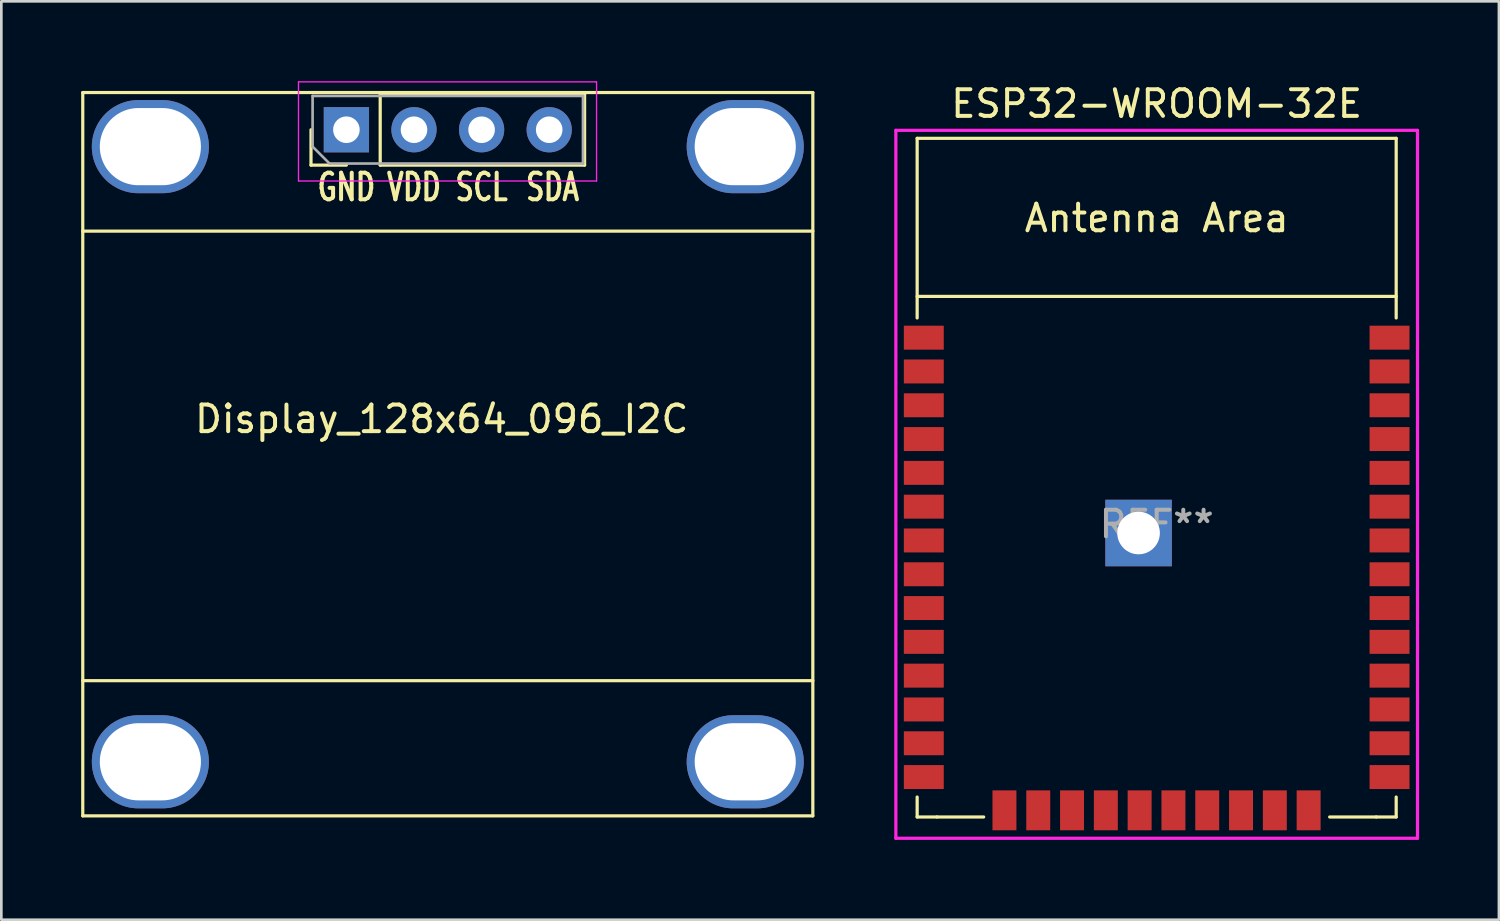
<source format=kicad_pcb>
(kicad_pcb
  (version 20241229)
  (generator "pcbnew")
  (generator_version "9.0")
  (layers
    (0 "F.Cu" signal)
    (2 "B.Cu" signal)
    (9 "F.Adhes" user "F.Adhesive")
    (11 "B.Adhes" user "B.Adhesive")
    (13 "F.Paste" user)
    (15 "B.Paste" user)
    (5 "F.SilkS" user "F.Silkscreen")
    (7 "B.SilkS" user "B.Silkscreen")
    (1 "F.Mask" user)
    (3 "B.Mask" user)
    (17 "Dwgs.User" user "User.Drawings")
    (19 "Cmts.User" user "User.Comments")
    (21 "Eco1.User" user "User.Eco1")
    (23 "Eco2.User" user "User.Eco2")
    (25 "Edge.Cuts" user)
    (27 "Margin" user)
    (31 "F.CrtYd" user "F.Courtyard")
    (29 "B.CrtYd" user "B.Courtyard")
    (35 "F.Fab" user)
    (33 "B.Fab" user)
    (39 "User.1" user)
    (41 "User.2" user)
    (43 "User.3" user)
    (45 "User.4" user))
  (footprint "Display_128x64_096_I2C"
    (layer "F.Cu")
    (at 13.776 1.825)
    (property "Reference" "Display_128x64_096_I2C" (at -0.229 10.871 0) (layer "F.SilkS") (effects (font (size 1 1) (thickness 0.15))))
    (attr through_hole)
    (fp_line (start -13.716 -1.397) (end 13.716 -1.397) (stroke (width 0.12) (type solid)) (layer "F.SilkS"))
    (fp_line (start -13.716 3.81) (end 13.716 3.81) (stroke (width 0.12) (type solid)) (layer "F.SilkS"))
    (fp_line (start -13.716 20.701) (end 13.716 20.701) (stroke (width 0.12) (type solid)) (layer "F.SilkS"))
    (fp_line (start -13.716 25.781) (end -13.716 -1.397) (stroke (width 0.12) (type solid)) (layer "F.SilkS"))
    (fp_line (start -5.14 1.33) (end -5.14 0) (stroke (width 0.12) (type solid)) (layer "F.SilkS"))
    (fp_line (start -3.81 1.33) (end -5.14 1.33) (stroke (width 0.12) (type solid)) (layer "F.SilkS"))
    (fp_line (start -2.54 -1.33) (end 5.14 -1.33) (stroke (width 0.12) (type solid)) (layer "F.SilkS"))
    (fp_line (start -2.54 1.33) (end -2.54 -1.33) (stroke (width 0.12) (type solid)) (layer "F.SilkS"))
    (fp_line (start -2.54 1.33) (end 5.14 1.33) (stroke (width 0.12) (type solid)) (layer "F.SilkS"))
    (fp_line (start 5.14 1.33) (end 5.14 -1.33) (stroke (width 0.12) (type solid)) (layer "F.SilkS"))
    (fp_line (start 13.716 25.781) (end -13.716 25.781) (stroke (width 0.12) (type solid)) (layer "F.SilkS"))
    (fp_line (start 13.716 25.781) (end 13.716 -1.397) (stroke (width 0.12) (type solid)) (layer "F.SilkS"))
    (fp_line (start -5.61 -1.8) (end -5.61 1.927) (stroke (width 0.05) (type solid)) (layer "F.CrtYd"))
    (fp_line (start -5.61 1.927) (end 5.59 1.927) (stroke (width 0.05) (type solid)) (layer "F.CrtYd"))
    (fp_line (start 5.59 -1.8) (end -5.61 -1.8) (stroke (width 0.05) (type solid)) (layer "F.CrtYd"))
    (fp_line (start 5.59 1.927) (end 5.59 -1.8) (stroke (width 0.05) (type solid)) (layer "F.CrtYd"))
    (fp_line (start -5.08 -1.27) (end 5.08 -1.27) (stroke (width 0.1) (type solid)) (layer "F.Fab"))
    (fp_line (start -5.08 0.635) (end -5.08 -1.27) (stroke (width 0.1) (type solid)) (layer "F.Fab"))
    (fp_line (start -4.445 1.27) (end -5.08 0.635) (stroke (width 0.1) (type solid)) (layer "F.Fab"))
    (fp_line (start 5.08 -1.27) (end 5.08 1.27) (stroke (width 0.1) (type solid)) (layer "F.Fab"))
    (fp_line (start 5.08 1.27) (end -4.445 1.27) (stroke (width 0.1) (type solid)) (layer "F.Fab"))
    (fp_text user "VDD" (at -1.27 2.159 0) (layer "F.SilkS") (effects (font (size 1 0.7) (thickness 0.15))))
    (fp_text user "SDA" (at 3.937 2.159 0) (layer "F.SilkS") (effects (font (size 1 0.7) (thickness 0.15))))
    (fp_text user "GND" (at -3.81 2.159 0) (layer "F.SilkS") (effects (font (size 1 0.7) (thickness 0.15))))
    (fp_text user "SCL" (at 1.27 2.159 0) (layer "F.SilkS") (effects (font (size 1 0.7) (thickness 0.15))))
    (pad "" np_thru_hole oval (at -11.176 0.635) (size 4.4 3.5) (drill oval 3.8 2.9) (layers "*.Cu" "*.Mask"))
    (pad "" np_thru_hole oval (at -11.176 23.749) (size 4.4 3.5) (drill oval 3.8 2.9) (layers "*.Cu" "*.Mask"))
    (pad "" np_thru_hole oval (at 11.176 0.635) (size 4.4 3.5) (drill oval 3.8 2.9) (layers "*.Cu" "*.Mask"))
    (pad "" np_thru_hole oval (at 11.176 23.749) (size 4.4 3.5) (drill oval 3.8 2.9) (layers "*.Cu" "*.Mask"))
    (pad "1" thru_hole rect (at -3.81 0 90) (size 1.7 1.7) (drill 1) (layers "*.Cu" "*.Mask"))
    (pad "2" thru_hole oval (at -1.27 0 90) (size 1.7 1.7) (drill 1) (layers "*.Cu" "*.Mask"))
    (pad "3" thru_hole oval (at 1.27 0 90) (size 1.7 1.7) (drill 1) (layers "*.Cu" "*.Mask"))
    (pad "4" thru_hole oval (at 3.81 0 90) (size 1.7 1.7) (drill 1) (layers "*.Cu" "*.Mask")))
  (footprint "ESP32-WROOM-32E"
    (layer "F.Cu")
    (at 40.412 16.648)
    (property "Reference" "ESP32-WROOM-32E" (at 0 -15.8 0) (layer "F.SilkS") (effects (font (size 1 1) (thickness 0.15))))
    (attr smd)
    (fp_line (start -9 -14.5) (end -9 -7.75) (stroke (width 0.12) (type solid)) (layer "F.SilkS"))
    (fp_line (start -9 -14.5) (end 9 -14.5) (stroke (width 0.12) (type solid)) (layer "F.SilkS"))
    (fp_line (start -9 10.25) (end -9 11) (stroke (width 0.12) (type solid)) (layer "F.SilkS"))
    (fp_line (start -9 11) (end -8.25 11) (stroke (width 0.12) (type solid)) (layer "F.SilkS"))
    (fp_line (start -8.25 11) (end -6.5 11) (stroke (width 0.12) (type solid)) (layer "F.SilkS"))
    (fp_line (start 8.25 11) (end 6.5 11) (stroke (width 0.12) (type solid)) (layer "F.SilkS"))
    (fp_line (start 9 -14.5) (end 9 -7.75) (stroke (width 0.12) (type solid)) (layer "F.SilkS"))
    (fp_line (start 9 -8.56) (end -9 -8.56) (stroke (width 0.12) (type solid)) (layer "F.SilkS"))
    (fp_line (start 9 10.25) (end 9 11) (stroke (width 0.12) (type solid)) (layer "F.SilkS"))
    (fp_line (start 9 11) (end 8.25 11) (stroke (width 0.12) (type solid)) (layer "F.SilkS"))
    (fp_line (start -9 -14.5) (end 9 -14.5) (stroke (width 0.12) (type solid)) (layer "Eco2.User"))
    (fp_line (start -9 -8.56) (end 9 -8.56) (stroke (width 0.12) (type solid)) (layer "Eco2.User"))
    (fp_line (start -9 11) (end -9 -14.5) (stroke (width 0.12) (type solid)) (layer "Eco2.User"))
    (fp_line (start 9 -14.5) (end 9 11) (stroke (width 0.12) (type solid)) (layer "Eco2.User"))
    (fp_line (start 9 11) (end -9 11) (stroke (width 0.12) (type solid)) (layer "Eco2.User"))
    (fp_line (start -9.8 -14.8) (end -9.8 11.8) (stroke (width 0.12) (type solid)) (layer "F.CrtYd"))
    (fp_line (start -9.8 11.8) (end 9.8 11.8) (stroke (width 0.12) (type solid)) (layer "F.CrtYd"))
    (fp_line (start 9.8 -14.8) (end -9.8 -14.8) (stroke (width 0.12) (type solid)) (layer "F.CrtYd"))
    (fp_line (start 9.8 -14.8) (end 9.8 11.8) (stroke (width 0.12) (type solid)) (layer "F.CrtYd"))
    (fp_text user "Antenna Area" (at 0 -11.5 0) (layer "F.SilkS") (effects (font (size 1 1) (thickness 0.15))))
    (fp_text user "Antenna Area" (at 0 -11.5 0) (layer "Eco2.User") (effects (font (size 1 1) (thickness 0.15))))
    (fp_text user "REF**" (at 0 0 0) (layer "F.Fab") (effects (font (size 1 1) (thickness 0.15))))
    (pad "1" smd rect (at -8.75 -7.01) (size 1.5 0.9) (layers "F.Cu" "F.Mask" "F.Paste"))
    (pad "2" smd rect (at -8.75 -5.74) (size 1.5 0.9) (layers "F.Cu" "F.Mask" "F.Paste"))
    (pad "3" smd rect (at -8.75 -4.47) (size 1.5 0.9) (layers "F.Cu" "F.Mask" "F.Paste"))
    (pad "4" smd rect (at -8.75 -3.2) (size 1.5 0.9) (layers "F.Cu" "F.Mask" "F.Paste"))
    (pad "5" smd rect (at -8.75 -1.93) (size 1.5 0.9) (layers "F.Cu" "F.Mask" "F.Paste"))
    (pad "6" smd rect (at -8.75 -0.66) (size 1.5 0.9) (layers "F.Cu" "F.Mask" "F.Paste"))
    (pad "7" smd rect (at -8.75 0.61) (size 1.5 0.9) (layers "F.Cu" "F.Mask" "F.Paste"))
    (pad "8" smd rect (at -8.75 1.88) (size 1.5 0.9) (layers "F.Cu" "F.Mask" "F.Paste"))
    (pad "9" smd rect (at -8.75 3.15) (size 1.5 0.9) (layers "F.Cu" "F.Mask" "F.Paste"))
    (pad "10" smd rect (at -8.75 4.42) (size 1.5 0.9) (layers "F.Cu" "F.Mask" "F.Paste"))
    (pad "11" smd rect (at -8.75 5.69) (size 1.5 0.9) (layers "F.Cu" "F.Mask" "F.Paste"))
    (pad "12" smd rect (at -8.75 6.96) (size 1.5 0.9) (layers "F.Cu" "F.Mask" "F.Paste"))
    (pad "13" smd rect (at -8.75 8.23) (size 1.5 0.9) (layers "F.Cu" "F.Mask" "F.Paste"))
    (pad "14" smd rect (at -8.75 9.5) (size 1.5 0.9) (layers "F.Cu" "F.Mask" "F.Paste"))
    (pad "15" smd rect (at -5.72 10.75 90) (size 1.5 0.9) (layers "F.Cu" "F.Mask" "F.Paste"))
    (pad "16" smd rect (at -4.45 10.75 90) (size 1.5 0.9) (layers "F.Cu" "F.Mask" "F.Paste"))
    (pad "17" smd rect (at -3.18 10.75 90) (size 1.5 0.9) (layers "F.Cu" "F.Mask" "F.Paste"))
    (pad "18" smd rect (at -1.91 10.75 90) (size 1.5 0.9) (layers "F.Cu" "F.Mask" "F.Paste"))
    (pad "19" smd rect (at -0.64 10.75 90) (size 1.5 0.9) (layers "F.Cu" "F.Mask" "F.Paste"))
    (pad "20" smd rect (at 0.63 10.75 90) (size 1.5 0.9) (layers "F.Cu" "F.Mask" "F.Paste"))
    (pad "21" smd rect (at 1.9 10.75 90) (size 1.5 0.9) (layers "F.Cu" "F.Mask" "F.Paste"))
    (pad "22" smd rect (at 3.17 10.75 90) (size 1.5 0.9) (layers "F.Cu" "F.Mask" "F.Paste"))
    (pad "23" smd rect (at 4.44 10.75 90) (size 1.5 0.9) (layers "F.Cu" "F.Mask" "F.Paste"))
    (pad "24" smd rect (at 5.71 10.75 90) (size 1.5 0.9) (layers "F.Cu" "F.Mask" "F.Paste"))
    (pad "25" smd rect (at 8.75 9.5 180) (size 1.5 0.9) (layers "F.Cu" "F.Mask" "F.Paste"))
    (pad "26" smd rect (at 8.75 8.23 180) (size 1.5 0.9) (layers "F.Cu" "F.Mask" "F.Paste"))
    (pad "27" smd rect (at 8.75 6.96 180) (size 1.5 0.9) (layers "F.Cu" "F.Mask" "F.Paste"))
    (pad "28" smd rect (at 8.75 5.69 180) (size 1.5 0.9) (layers "F.Cu" "F.Mask" "F.Paste"))
    (pad "29" smd rect (at 8.75 4.42 180) (size 1.5 0.9) (layers "F.Cu" "F.Mask" "F.Paste"))
    (pad "30" smd rect (at 8.75 3.15 180) (size 1.5 0.9) (layers "F.Cu" "F.Mask" "F.Paste"))
    (pad "31" smd rect (at 8.75 1.88 180) (size 1.5 0.9) (layers "F.Cu" "F.Mask" "F.Paste"))
    (pad "32" smd rect (at 8.75 0.61 180) (size 1.5 0.9) (layers "F.Cu" "F.Mask" "F.Paste"))
    (pad "33" smd rect (at 8.75 -0.66 180) (size 1.5 0.9) (layers "F.Cu" "F.Mask" "F.Paste"))
    (pad "34" smd rect (at 8.75 -1.93 180) (size 1.5 0.9) (layers "F.Cu" "F.Mask" "F.Paste"))
    (pad "35" smd rect (at 8.75 -3.2 180) (size 1.5 0.9) (layers "F.Cu" "F.Mask" "F.Paste"))
    (pad "36" smd rect (at 8.75 -4.47 180) (size 1.5 0.9) (layers "F.Cu" "F.Mask" "F.Paste"))
    (pad "37" smd rect (at 8.75 -5.74 180) (size 1.5 0.9) (layers "F.Cu" "F.Mask" "F.Paste"))
    (pad "38" smd rect (at 8.75 -7.01 180) (size 1.5 0.9) (layers "F.Cu" "F.Mask" "F.Paste"))
    (pad "39" thru_hole rect (at -0.68 0.33) (size 2.5 2.5) (drill 1.6) (layers "*.Cu" "*.Mask")))
  (gr_rect
    (start -3 -3)
    (end 53.272 31.508)
    (stroke (width 0.1) (type default))
    (fill no)
    (layer "Edge.Cuts")))
</source>
